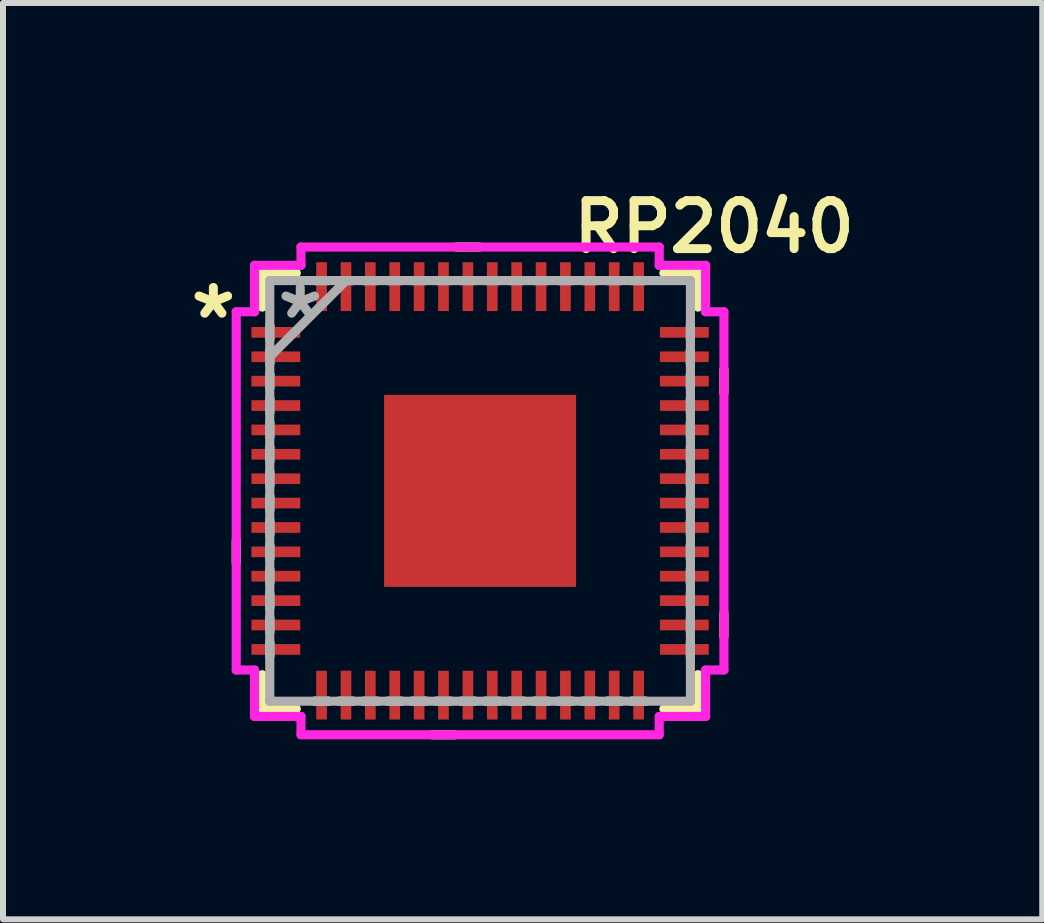
<source format=kicad_pcb>
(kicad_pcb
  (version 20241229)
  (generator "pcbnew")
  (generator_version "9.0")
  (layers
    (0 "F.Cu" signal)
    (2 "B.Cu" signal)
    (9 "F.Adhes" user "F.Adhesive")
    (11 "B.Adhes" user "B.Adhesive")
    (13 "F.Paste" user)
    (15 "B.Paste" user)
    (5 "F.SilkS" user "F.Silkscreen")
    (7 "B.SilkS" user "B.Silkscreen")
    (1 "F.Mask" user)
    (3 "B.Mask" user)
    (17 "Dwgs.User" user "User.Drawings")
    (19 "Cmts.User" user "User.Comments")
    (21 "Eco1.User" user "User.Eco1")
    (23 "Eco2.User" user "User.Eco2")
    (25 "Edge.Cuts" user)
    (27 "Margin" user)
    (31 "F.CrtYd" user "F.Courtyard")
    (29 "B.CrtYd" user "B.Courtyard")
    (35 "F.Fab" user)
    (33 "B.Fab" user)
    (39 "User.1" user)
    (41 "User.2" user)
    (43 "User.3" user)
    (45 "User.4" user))
  (footprint "RP2040"
    (layer "F.Cu")
    (at 4.951 5.131)
    (property "Reference" "RP2040" (at 3.9 -4.4 0) (layer "F.SilkS") (effects (font (size 0.8 0.8) (thickness 0.15))))
    (attr through_hole)
    (fp_line (start -4.064 1.206) (end -4.064 0.826) (stroke (width 0.152) (type solid)) (layer "F.SilkS"))
    (fp_line (start -3.632 -3.632) (end -3.632 -3.063) (stroke (width 0.152) (type solid)) (layer "F.SilkS"))
    (fp_line (start -3.632 3.063) (end -3.632 3.632) (stroke (width 0.152) (type solid)) (layer "F.SilkS"))
    (fp_line (start -3.632 3.632) (end -3.063 3.632) (stroke (width 0.152) (type solid)) (layer "F.SilkS"))
    (fp_line (start -3.063 -3.632) (end -3.632 -3.632) (stroke (width 0.152) (type solid)) (layer "F.SilkS"))
    (fp_line (start -0.419 4.064) (end -0.8 4.064) (stroke (width 0.152) (type solid)) (layer "F.SilkS"))
    (fp_line (start -0.013 -4.064) (end -0.394 -4.064) (stroke (width 0.152) (type solid)) (layer "F.SilkS"))
    (fp_line (start 3.063 3.632) (end 3.632 3.632) (stroke (width 0.152) (type solid)) (layer "F.SilkS"))
    (fp_line (start 3.632 -3.632) (end 3.063 -3.632) (stroke (width 0.152) (type solid)) (layer "F.SilkS"))
    (fp_line (start 3.632 -3.063) (end 3.632 -3.632) (stroke (width 0.152) (type solid)) (layer "F.SilkS"))
    (fp_line (start 3.632 3.632) (end 3.632 3.063) (stroke (width 0.152) (type solid)) (layer "F.SilkS"))
    (fp_line (start 4.064 -1.638) (end 4.064 -2.019) (stroke (width 0.152) (type solid)) (layer "F.SilkS"))
    (fp_line (start 4.064 2.426) (end 4.064 2.045) (stroke (width 0.152) (type solid)) (layer "F.SilkS"))
    (fp_line (start -1.5 -1.5) (end -1.5 -0.1) (stroke (width 0.152) (type solid)) (layer "F.Paste"))
    (fp_line (start -1.5 -0.1) (end -0.1 -0.1) (stroke (width 0.152) (type solid)) (layer "F.Paste"))
    (fp_line (start -1.5 0.1) (end -1.5 1.5) (stroke (width 0.152) (type solid)) (layer "F.Paste"))
    (fp_line (start -1.5 1.5) (end -0.1 1.5) (stroke (width 0.152) (type solid)) (layer "F.Paste"))
    (fp_line (start -0.1 -1.5) (end -1.5 -1.5) (stroke (width 0.152) (type solid)) (layer "F.Paste"))
    (fp_line (start -0.1 -0.1) (end -0.1 -1.5) (stroke (width 0.152) (type solid)) (layer "F.Paste"))
    (fp_line (start -0.1 0.1) (end -1.5 0.1) (stroke (width 0.152) (type solid)) (layer "F.Paste"))
    (fp_line (start -0.1 1.5) (end -0.1 0.1) (stroke (width 0.152) (type solid)) (layer "F.Paste"))
    (fp_line (start 0.1 -1.5) (end 0.1 -0.1) (stroke (width 0.152) (type solid)) (layer "F.Paste"))
    (fp_line (start 0.1 -0.1) (end 1.5 -0.1) (stroke (width 0.152) (type solid)) (layer "F.Paste"))
    (fp_line (start 0.1 0.1) (end 0.1 1.5) (stroke (width 0.152) (type solid)) (layer "F.Paste"))
    (fp_line (start 0.1 1.5) (end 1.5 1.5) (stroke (width 0.152) (type solid)) (layer "F.Paste"))
    (fp_line (start 1.5 -1.5) (end 0.1 -1.5) (stroke (width 0.152) (type solid)) (layer "F.Paste"))
    (fp_line (start 1.5 -0.1) (end 1.5 -1.5) (stroke (width 0.152) (type solid)) (layer "F.Paste"))
    (fp_line (start 1.5 0.1) (end 0.1 0.1) (stroke (width 0.152) (type solid)) (layer "F.Paste"))
    (fp_line (start 1.5 1.5) (end 1.5 0.1) (stroke (width 0.152) (type solid)) (layer "F.Paste"))
    (fp_line (start -4.064 -2.985) (end -3.759 -2.985) (stroke (width 0.152) (type solid)) (layer "F.CrtYd"))
    (fp_line (start -4.064 2.985) (end -4.064 -2.985) (stroke (width 0.152) (type solid)) (layer "F.CrtYd"))
    (fp_line (start -3.759 -3.759) (end -2.985 -3.759) (stroke (width 0.152) (type solid)) (layer "F.CrtYd"))
    (fp_line (start -3.759 -2.985) (end -3.759 -3.759) (stroke (width 0.152) (type solid)) (layer "F.CrtYd"))
    (fp_line (start -3.759 2.985) (end -4.064 2.985) (stroke (width 0.152) (type solid)) (layer "F.CrtYd"))
    (fp_line (start -3.759 3.759) (end -3.759 2.985) (stroke (width 0.152) (type solid)) (layer "F.CrtYd"))
    (fp_line (start -2.985 -4.064) (end 2.985 -4.064) (stroke (width 0.152) (type solid)) (layer "F.CrtYd"))
    (fp_line (start -2.985 -3.759) (end -2.985 -4.064) (stroke (width 0.152) (type solid)) (layer "F.CrtYd"))
    (fp_line (start -2.985 3.759) (end -3.759 3.759) (stroke (width 0.152) (type solid)) (layer "F.CrtYd"))
    (fp_line (start -2.985 4.064) (end -2.985 3.759) (stroke (width 0.152) (type solid)) (layer "F.CrtYd"))
    (fp_line (start 2.985 -4.064) (end 2.985 -3.759) (stroke (width 0.152) (type solid)) (layer "F.CrtYd"))
    (fp_line (start 2.985 -3.759) (end 3.759 -3.759) (stroke (width 0.152) (type solid)) (layer "F.CrtYd"))
    (fp_line (start 2.985 3.759) (end 2.985 4.064) (stroke (width 0.152) (type solid)) (layer "F.CrtYd"))
    (fp_line (start 2.985 4.064) (end -2.985 4.064) (stroke (width 0.152) (type solid)) (layer "F.CrtYd"))
    (fp_line (start 3.759 -3.759) (end 3.759 -2.985) (stroke (width 0.152) (type solid)) (layer "F.CrtYd"))
    (fp_line (start 3.759 -2.985) (end 4.064 -2.985) (stroke (width 0.152) (type solid)) (layer "F.CrtYd"))
    (fp_line (start 3.759 2.985) (end 3.759 3.759) (stroke (width 0.152) (type solid)) (layer "F.CrtYd"))
    (fp_line (start 3.759 3.759) (end 2.985 3.759) (stroke (width 0.152) (type solid)) (layer "F.CrtYd"))
    (fp_line (start 4.064 -2.985) (end 4.064 2.985) (stroke (width 0.152) (type solid)) (layer "F.CrtYd"))
    (fp_line (start 4.064 2.985) (end 3.759 2.985) (stroke (width 0.152) (type solid)) (layer "F.CrtYd"))
    (fp_line (start -3.505 -3.505) (end -3.505 -3.505) (stroke (width 0.152) (type solid)) (layer "F.Fab"))
    (fp_line (start -3.505 -3.505) (end -3.505 3.505) (stroke (width 0.152) (type solid)) (layer "F.Fab"))
    (fp_line (start -3.505 -2.756) (end -3.505 -2.756) (stroke (width 0.152) (type solid)) (layer "F.Fab"))
    (fp_line (start -3.505 -2.756) (end -3.505 -2.527) (stroke (width 0.152) (type solid)) (layer "F.Fab"))
    (fp_line (start -3.505 -2.527) (end -3.505 -2.756) (stroke (width 0.152) (type solid)) (layer "F.Fab"))
    (fp_line (start -3.505 -2.527) (end -3.505 -2.527) (stroke (width 0.152) (type solid)) (layer "F.Fab"))
    (fp_line (start -3.505 -2.349) (end -3.505 -2.349) (stroke (width 0.152) (type solid)) (layer "F.Fab"))
    (fp_line (start -3.505 -2.349) (end -3.505 -2.121) (stroke (width 0.152) (type solid)) (layer "F.Fab"))
    (fp_line (start -3.505 -2.235) (end -2.235 -3.505) (stroke (width 0.152) (type solid)) (layer "F.Fab"))
    (fp_line (start -3.505 -2.121) (end -3.505 -2.349) (stroke (width 0.152) (type solid)) (layer "F.Fab"))
    (fp_line (start -3.505 -2.121) (end -3.505 -2.121) (stroke (width 0.152) (type solid)) (layer "F.Fab"))
    (fp_line (start -3.505 -1.943) (end -3.505 -1.943) (stroke (width 0.152) (type solid)) (layer "F.Fab"))
    (fp_line (start -3.505 -1.943) (end -3.505 -1.714) (stroke (width 0.152) (type solid)) (layer "F.Fab"))
    (fp_line (start -3.505 -1.714) (end -3.505 -1.943) (stroke (width 0.152) (type solid)) (layer "F.Fab"))
    (fp_line (start -3.505 -1.714) (end -3.505 -1.714) (stroke (width 0.152) (type solid)) (layer "F.Fab"))
    (fp_line (start -3.505 -1.537) (end -3.505 -1.537) (stroke (width 0.152) (type solid)) (layer "F.Fab"))
    (fp_line (start -3.505 -1.537) (end -3.505 -1.308) (stroke (width 0.152) (type solid)) (layer "F.Fab"))
    (fp_line (start -3.505 -1.308) (end -3.505 -1.537) (stroke (width 0.152) (type solid)) (layer "F.Fab"))
    (fp_line (start -3.505 -1.308) (end -3.505 -1.308) (stroke (width 0.152) (type solid)) (layer "F.Fab"))
    (fp_line (start -3.505 -1.13) (end -3.505 -1.13) (stroke (width 0.152) (type solid)) (layer "F.Fab"))
    (fp_line (start -3.505 -1.13) (end -3.505 -0.902) (stroke (width 0.152) (type solid)) (layer "F.Fab"))
    (fp_line (start -3.505 -0.902) (end -3.505 -1.13) (stroke (width 0.152) (type solid)) (layer "F.Fab"))
    (fp_line (start -3.505 -0.902) (end -3.505 -0.902) (stroke (width 0.152) (type solid)) (layer "F.Fab"))
    (fp_line (start -3.505 -0.724) (end -3.505 -0.724) (stroke (width 0.152) (type solid)) (layer "F.Fab"))
    (fp_line (start -3.505 -0.724) (end -3.505 -0.495) (stroke (width 0.152) (type solid)) (layer "F.Fab"))
    (fp_line (start -3.505 -0.495) (end -3.505 -0.724) (stroke (width 0.152) (type solid)) (layer "F.Fab"))
    (fp_line (start -3.505 -0.495) (end -3.505 -0.495) (stroke (width 0.152) (type solid)) (layer "F.Fab"))
    (fp_line (start -3.505 -0.318) (end -3.505 -0.318) (stroke (width 0.152) (type solid)) (layer "F.Fab"))
    (fp_line (start -3.505 -0.318) (end -3.505 -0.089) (stroke (width 0.152) (type solid)) (layer "F.Fab"))
    (fp_line (start -3.505 -0.089) (end -3.505 -0.318) (stroke (width 0.152) (type solid)) (layer "F.Fab"))
    (fp_line (start -3.505 -0.089) (end -3.505 -0.089) (stroke (width 0.152) (type solid)) (layer "F.Fab"))
    (fp_line (start -3.505 0.089) (end -3.505 0.089) (stroke (width 0.152) (type solid)) (layer "F.Fab"))
    (fp_line (start -3.505 0.089) (end -3.505 0.318) (stroke (width 0.152) (type solid)) (layer "F.Fab"))
    (fp_line (start -3.505 0.318) (end -3.505 0.089) (stroke (width 0.152) (type solid)) (layer "F.Fab"))
    (fp_line (start -3.505 0.318) (end -3.505 0.318) (stroke (width 0.152) (type solid)) (layer "F.Fab"))
    (fp_line (start -3.505 0.495) (end -3.505 0.495) (stroke (width 0.152) (type solid)) (layer "F.Fab"))
    (fp_line (start -3.505 0.495) (end -3.505 0.724) (stroke (width 0.152) (type solid)) (layer "F.Fab"))
    (fp_line (start -3.505 0.724) (end -3.505 0.495) (stroke (width 0.152) (type solid)) (layer "F.Fab"))
    (fp_line (start -3.505 0.724) (end -3.505 0.724) (stroke (width 0.152) (type solid)) (layer "F.Fab"))
    (fp_line (start -3.505 0.902) (end -3.505 0.902) (stroke (width 0.152) (type solid)) (layer "F.Fab"))
    (fp_line (start -3.505 0.902) (end -3.505 1.13) (stroke (width 0.152) (type solid)) (layer "F.Fab"))
    (fp_line (start -3.505 1.13) (end -3.505 0.902) (stroke (width 0.152) (type solid)) (layer "F.Fab"))
    (fp_line (start -3.505 1.13) (end -3.505 1.13) (stroke (width 0.152) (type solid)) (layer "F.Fab"))
    (fp_line (start -3.505 1.308) (end -3.505 1.308) (stroke (width 0.152) (type solid)) (layer "F.Fab"))
    (fp_line (start -3.505 1.308) (end -3.505 1.537) (stroke (width 0.152) (type solid)) (layer "F.Fab"))
    (fp_line (start -3.505 1.537) (end -3.505 1.308) (stroke (width 0.152) (type solid)) (layer "F.Fab"))
    (fp_line (start -3.505 1.537) (end -3.505 1.537) (stroke (width 0.152) (type solid)) (layer "F.Fab"))
    (fp_line (start -3.505 1.714) (end -3.505 1.714) (stroke (width 0.152) (type solid)) (layer "F.Fab"))
    (fp_line (start -3.505 1.714) (end -3.505 1.943) (stroke (width 0.152) (type solid)) (layer "F.Fab"))
    (fp_line (start -3.505 1.943) (end -3.505 1.714) (stroke (width 0.152) (type solid)) (layer "F.Fab"))
    (fp_line (start -3.505 1.943) (end -3.505 1.943) (stroke (width 0.152) (type solid)) (layer "F.Fab"))
    (fp_line (start -3.505 2.121) (end -3.505 2.121) (stroke (width 0.152) (type solid)) (layer "F.Fab"))
    (fp_line (start -3.505 2.121) (end -3.505 2.349) (stroke (width 0.152) (type solid)) (layer "F.Fab"))
    (fp_line (start -3.505 2.349) (end -3.505 2.121) (stroke (width 0.152) (type solid)) (layer "F.Fab"))
    (fp_line (start -3.505 2.349) (end -3.505 2.349) (stroke (width 0.152) (type solid)) (layer "F.Fab"))
    (fp_line (start -3.505 2.527) (end -3.505 2.527) (stroke (width 0.152) (type solid)) (layer "F.Fab"))
    (fp_line (start -3.505 2.527) (end -3.505 2.756) (stroke (width 0.152) (type solid)) (layer "F.Fab"))
    (fp_line (start -3.505 2.756) (end -3.505 2.527) (stroke (width 0.152) (type solid)) (layer "F.Fab"))
    (fp_line (start -3.505 2.756) (end -3.505 2.756) (stroke (width 0.152) (type solid)) (layer "F.Fab"))
    (fp_line (start -3.505 3.505) (end -3.505 3.505) (stroke (width 0.152) (type solid)) (layer "F.Fab"))
    (fp_line (start -3.505 3.505) (end 3.505 3.505) (stroke (width 0.152) (type solid)) (layer "F.Fab"))
    (fp_line (start -2.756 -3.505) (end -2.756 -3.505) (stroke (width 0.152) (type solid)) (layer "F.Fab"))
    (fp_line (start -2.756 -3.505) (end -2.527 -3.505) (stroke (width 0.152) (type solid)) (layer "F.Fab"))
    (fp_line (start -2.756 3.505) (end -2.756 3.505) (stroke (width 0.152) (type solid)) (layer "F.Fab"))
    (fp_line (start -2.756 3.505) (end -2.527 3.505) (stroke (width 0.152) (type solid)) (layer "F.Fab"))
    (fp_line (start -2.527 -3.505) (end -2.756 -3.505) (stroke (width 0.152) (type solid)) (layer "F.Fab"))
    (fp_line (start -2.527 -3.505) (end -2.527 -3.505) (stroke (width 0.152) (type solid)) (layer "F.Fab"))
    (fp_line (start -2.527 3.505) (end -2.756 3.505) (stroke (width 0.152) (type solid)) (layer "F.Fab"))
    (fp_line (start -2.527 3.505) (end -2.527 3.505) (stroke (width 0.152) (type solid)) (layer "F.Fab"))
    (fp_line (start -2.349 -3.505) (end -2.349 -3.505) (stroke (width 0.152) (type solid)) (layer "F.Fab"))
    (fp_line (start -2.349 -3.505) (end -2.121 -3.505) (stroke (width 0.152) (type solid)) (layer "F.Fab"))
    (fp_line (start -2.349 3.505) (end -2.349 3.505) (stroke (width 0.152) (type solid)) (layer "F.Fab"))
    (fp_line (start -2.349 3.505) (end -2.121 3.505) (stroke (width 0.152) (type solid)) (layer "F.Fab"))
    (fp_line (start -2.121 -3.505) (end -2.349 -3.505) (stroke (width 0.152) (type solid)) (layer "F.Fab"))
    (fp_line (start -2.121 -3.505) (end -2.121 -3.505) (stroke (width 0.152) (type solid)) (layer "F.Fab"))
    (fp_line (start -2.121 3.505) (end -2.349 3.505) (stroke (width 0.152) (type solid)) (layer "F.Fab"))
    (fp_line (start -2.121 3.505) (end -2.121 3.505) (stroke (width 0.152) (type solid)) (layer "F.Fab"))
    (fp_line (start -1.943 -3.505) (end -1.943 -3.505) (stroke (width 0.152) (type solid)) (layer "F.Fab"))
    (fp_line (start -1.943 -3.505) (end -1.714 -3.505) (stroke (width 0.152) (type solid)) (layer "F.Fab"))
    (fp_line (start -1.943 3.505) (end -1.943 3.505) (stroke (width 0.152) (type solid)) (layer "F.Fab"))
    (fp_line (start -1.943 3.505) (end -1.714 3.505) (stroke (width 0.152) (type solid)) (layer "F.Fab"))
    (fp_line (start -1.714 -3.505) (end -1.943 -3.505) (stroke (width 0.152) (type solid)) (layer "F.Fab"))
    (fp_line (start -1.714 -3.505) (end -1.714 -3.505) (stroke (width 0.152) (type solid)) (layer "F.Fab"))
    (fp_line (start -1.714 3.505) (end -1.943 3.505) (stroke (width 0.152) (type solid)) (layer "F.Fab"))
    (fp_line (start -1.714 3.505) (end -1.714 3.505) (stroke (width 0.152) (type solid)) (layer "F.Fab"))
    (fp_line (start -1.537 -3.505) (end -1.537 -3.505) (stroke (width 0.152) (type solid)) (layer "F.Fab"))
    (fp_line (start -1.537 -3.505) (end -1.308 -3.505) (stroke (width 0.152) (type solid)) (layer "F.Fab"))
    (fp_line (start -1.537 3.505) (end -1.537 3.505) (stroke (width 0.152) (type solid)) (layer "F.Fab"))
    (fp_line (start -1.537 3.505) (end -1.308 3.505) (stroke (width 0.152) (type solid)) (layer "F.Fab"))
    (fp_line (start -1.308 -3.505) (end -1.537 -3.505) (stroke (width 0.152) (type solid)) (layer "F.Fab"))
    (fp_line (start -1.308 -3.505) (end -1.308 -3.505) (stroke (width 0.152) (type solid)) (layer "F.Fab"))
    (fp_line (start -1.308 3.505) (end -1.537 3.505) (stroke (width 0.152) (type solid)) (layer "F.Fab"))
    (fp_line (start -1.308 3.505) (end -1.308 3.505) (stroke (width 0.152) (type solid)) (layer "F.Fab"))
    (fp_line (start -1.13 -3.505) (end -1.13 -3.505) (stroke (width 0.152) (type solid)) (layer "F.Fab"))
    (fp_line (start -1.13 -3.505) (end -0.902 -3.505) (stroke (width 0.152) (type solid)) (layer "F.Fab"))
    (fp_line (start -1.13 3.505) (end -1.13 3.505) (stroke (width 0.152) (type solid)) (layer "F.Fab"))
    (fp_line (start -1.13 3.505) (end -0.902 3.505) (stroke (width 0.152) (type solid)) (layer "F.Fab"))
    (fp_line (start -0.902 -3.505) (end -1.13 -3.505) (stroke (width 0.152) (type solid)) (layer "F.Fab"))
    (fp_line (start -0.902 -3.505) (end -0.902 -3.505) (stroke (width 0.152) (type solid)) (layer "F.Fab"))
    (fp_line (start -0.902 3.505) (end -1.13 3.505) (stroke (width 0.152) (type solid)) (layer "F.Fab"))
    (fp_line (start -0.902 3.505) (end -0.902 3.505) (stroke (width 0.152) (type solid)) (layer "F.Fab"))
    (fp_line (start -0.724 -3.505) (end -0.724 -3.505) (stroke (width 0.152) (type solid)) (layer "F.Fab"))
    (fp_line (start -0.724 -3.505) (end -0.495 -3.505) (stroke (width 0.152) (type solid)) (layer "F.Fab"))
    (fp_line (start -0.724 3.505) (end -0.724 3.505) (stroke (width 0.152) (type solid)) (layer "F.Fab"))
    (fp_line (start -0.724 3.505) (end -0.495 3.505) (stroke (width 0.152) (type solid)) (layer "F.Fab"))
    (fp_line (start -0.495 -3.505) (end -0.724 -3.505) (stroke (width 0.152) (type solid)) (layer "F.Fab"))
    (fp_line (start -0.495 -3.505) (end -0.495 -3.505) (stroke (width 0.152) (type solid)) (layer "F.Fab"))
    (fp_line (start -0.495 3.505) (end -0.724 3.505) (stroke (width 0.152) (type solid)) (layer "F.Fab"))
    (fp_line (start -0.495 3.505) (end -0.495 3.505) (stroke (width 0.152) (type solid)) (layer "F.Fab"))
    (fp_line (start -0.318 -3.505) (end -0.318 -3.505) (stroke (width 0.152) (type solid)) (layer "F.Fab"))
    (fp_line (start -0.318 -3.505) (end -0.089 -3.505) (stroke (width 0.152) (type solid)) (layer "F.Fab"))
    (fp_line (start -0.318 3.505) (end -0.318 3.505) (stroke (width 0.152) (type solid)) (layer "F.Fab"))
    (fp_line (start -0.318 3.505) (end -0.089 3.505) (stroke (width 0.152) (type solid)) (layer "F.Fab"))
    (fp_line (start -0.089 -3.505) (end -0.318 -3.505) (stroke (width 0.152) (type solid)) (layer "F.Fab"))
    (fp_line (start -0.089 -3.505) (end -0.089 -3.505) (stroke (width 0.152) (type solid)) (layer "F.Fab"))
    (fp_line (start -0.089 3.505) (end -0.318 3.505) (stroke (width 0.152) (type solid)) (layer "F.Fab"))
    (fp_line (start -0.089 3.505) (end -0.089 3.505) (stroke (width 0.152) (type solid)) (layer "F.Fab"))
    (fp_line (start 0.089 -3.505) (end 0.089 -3.505) (stroke (width 0.152) (type solid)) (layer "F.Fab"))
    (fp_line (start 0.089 -3.505) (end 0.318 -3.505) (stroke (width 0.152) (type solid)) (layer "F.Fab"))
    (fp_line (start 0.089 3.505) (end 0.089 3.505) (stroke (width 0.152) (type solid)) (layer "F.Fab"))
    (fp_line (start 0.089 3.505) (end 0.318 3.505) (stroke (width 0.152) (type solid)) (layer "F.Fab"))
    (fp_line (start 0.318 -3.505) (end 0.089 -3.505) (stroke (width 0.152) (type solid)) (layer "F.Fab"))
    (fp_line (start 0.318 -3.505) (end 0.318 -3.505) (stroke (width 0.152) (type solid)) (layer "F.Fab"))
    (fp_line (start 0.318 3.505) (end 0.089 3.505) (stroke (width 0.152) (type solid)) (layer "F.Fab"))
    (fp_line (start 0.318 3.505) (end 0.318 3.505) (stroke (width 0.152) (type solid)) (layer "F.Fab"))
    (fp_line (start 0.495 -3.505) (end 0.495 -3.505) (stroke (width 0.152) (type solid)) (layer "F.Fab"))
    (fp_line (start 0.495 -3.505) (end 0.724 -3.505) (stroke (width 0.152) (type solid)) (layer "F.Fab"))
    (fp_line (start 0.495 3.505) (end 0.495 3.505) (stroke (width 0.152) (type solid)) (layer "F.Fab"))
    (fp_line (start 0.495 3.505) (end 0.724 3.505) (stroke (width 0.152) (type solid)) (layer "F.Fab"))
    (fp_line (start 0.724 -3.505) (end 0.495 -3.505) (stroke (width 0.152) (type solid)) (layer "F.Fab"))
    (fp_line (start 0.724 -3.505) (end 0.724 -3.505) (stroke (width 0.152) (type solid)) (layer "F.Fab"))
    (fp_line (start 0.724 3.505) (end 0.495 3.505) (stroke (width 0.152) (type solid)) (layer "F.Fab"))
    (fp_line (start 0.724 3.505) (end 0.724 3.505) (stroke (width 0.152) (type solid)) (layer "F.Fab"))
    (fp_line (start 0.902 -3.505) (end 0.902 -3.505) (stroke (width 0.152) (type solid)) (layer "F.Fab"))
    (fp_line (start 0.902 -3.505) (end 1.13 -3.505) (stroke (width 0.152) (type solid)) (layer "F.Fab"))
    (fp_line (start 0.902 3.505) (end 0.902 3.505) (stroke (width 0.152) (type solid)) (layer "F.Fab"))
    (fp_line (start 0.902 3.505) (end 1.13 3.505) (stroke (width 0.152) (type solid)) (layer "F.Fab"))
    (fp_line (start 1.13 -3.505) (end 0.902 -3.505) (stroke (width 0.152) (type solid)) (layer "F.Fab"))
    (fp_line (start 1.13 -3.505) (end 1.13 -3.505) (stroke (width 0.152) (type solid)) (layer "F.Fab"))
    (fp_line (start 1.13 3.505) (end 0.902 3.505) (stroke (width 0.152) (type solid)) (layer "F.Fab"))
    (fp_line (start 1.13 3.505) (end 1.13 3.505) (stroke (width 0.152) (type solid)) (layer "F.Fab"))
    (fp_line (start 1.308 -3.505) (end 1.308 -3.505) (stroke (width 0.152) (type solid)) (layer "F.Fab"))
    (fp_line (start 1.308 -3.505) (end 1.537 -3.505) (stroke (width 0.152) (type solid)) (layer "F.Fab"))
    (fp_line (start 1.308 3.505) (end 1.308 3.505) (stroke (width 0.152) (type solid)) (layer "F.Fab"))
    (fp_line (start 1.308 3.505) (end 1.537 3.505) (stroke (width 0.152) (type solid)) (layer "F.Fab"))
    (fp_line (start 1.537 -3.505) (end 1.308 -3.505) (stroke (width 0.152) (type solid)) (layer "F.Fab"))
    (fp_line (start 1.537 -3.505) (end 1.537 -3.505) (stroke (width 0.152) (type solid)) (layer "F.Fab"))
    (fp_line (start 1.537 3.505) (end 1.308 3.505) (stroke (width 0.152) (type solid)) (layer "F.Fab"))
    (fp_line (start 1.537 3.505) (end 1.537 3.505) (stroke (width 0.152) (type solid)) (layer "F.Fab"))
    (fp_line (start 1.714 -3.505) (end 1.714 -3.505) (stroke (width 0.152) (type solid)) (layer "F.Fab"))
    (fp_line (start 1.714 -3.505) (end 1.943 -3.505) (stroke (width 0.152) (type solid)) (layer "F.Fab"))
    (fp_line (start 1.714 3.505) (end 1.714 3.505) (stroke (width 0.152) (type solid)) (layer "F.Fab"))
    (fp_line (start 1.714 3.505) (end 1.943 3.505) (stroke (width 0.152) (type solid)) (layer "F.Fab"))
    (fp_line (start 1.943 -3.505) (end 1.714 -3.505) (stroke (width 0.152) (type solid)) (layer "F.Fab"))
    (fp_line (start 1.943 -3.505) (end 1.943 -3.505) (stroke (width 0.152) (type solid)) (layer "F.Fab"))
    (fp_line (start 1.943 3.505) (end 1.714 3.505) (stroke (width 0.152) (type solid)) (layer "F.Fab"))
    (fp_line (start 1.943 3.505) (end 1.943 3.505) (stroke (width 0.152) (type solid)) (layer "F.Fab"))
    (fp_line (start 2.121 -3.505) (end 2.121 -3.505) (stroke (width 0.152) (type solid)) (layer "F.Fab"))
    (fp_line (start 2.121 -3.505) (end 2.349 -3.505) (stroke (width 0.152) (type solid)) (layer "F.Fab"))
    (fp_line (start 2.121 3.505) (end 2.121 3.505) (stroke (width 0.152) (type solid)) (layer "F.Fab"))
    (fp_line (start 2.121 3.505) (end 2.349 3.505) (stroke (width 0.152) (type solid)) (layer "F.Fab"))
    (fp_line (start 2.349 -3.505) (end 2.121 -3.505) (stroke (width 0.152) (type solid)) (layer "F.Fab"))
    (fp_line (start 2.349 -3.505) (end 2.349 -3.505) (stroke (width 0.152) (type solid)) (layer "F.Fab"))
    (fp_line (start 2.349 3.505) (end 2.121 3.505) (stroke (width 0.152) (type solid)) (layer "F.Fab"))
    (fp_line (start 2.349 3.505) (end 2.349 3.505) (stroke (width 0.152) (type solid)) (layer "F.Fab"))
    (fp_line (start 2.527 -3.505) (end 2.527 -3.505) (stroke (width 0.152) (type solid)) (layer "F.Fab"))
    (fp_line (start 2.527 -3.505) (end 2.756 -3.505) (stroke (width 0.152) (type solid)) (layer "F.Fab"))
    (fp_line (start 2.527 3.505) (end 2.527 3.505) (stroke (width 0.152) (type solid)) (layer "F.Fab"))
    (fp_line (start 2.527 3.505) (end 2.756 3.505) (stroke (width 0.152) (type solid)) (layer "F.Fab"))
    (fp_line (start 2.756 -3.505) (end 2.527 -3.505) (stroke (width 0.152) (type solid)) (layer "F.Fab"))
    (fp_line (start 2.756 -3.505) (end 2.756 -3.505) (stroke (width 0.152) (type solid)) (layer "F.Fab"))
    (fp_line (start 2.756 3.505) (end 2.527 3.505) (stroke (width 0.152) (type solid)) (layer "F.Fab"))
    (fp_line (start 2.756 3.505) (end 2.756 3.505) (stroke (width 0.152) (type solid)) (layer "F.Fab"))
    (fp_line (start 3.505 -3.505) (end -3.505 -3.505) (stroke (width 0.152) (type solid)) (layer "F.Fab"))
    (fp_line (start 3.505 -3.505) (end 3.505 -3.505) (stroke (width 0.152) (type solid)) (layer "F.Fab"))
    (fp_line (start 3.505 -2.756) (end 3.505 -2.756) (stroke (width 0.152) (type solid)) (layer "F.Fab"))
    (fp_line (start 3.505 -2.756) (end 3.505 -2.527) (stroke (width 0.152) (type solid)) (layer "F.Fab"))
    (fp_line (start 3.505 -2.527) (end 3.505 -2.756) (stroke (width 0.152) (type solid)) (layer "F.Fab"))
    (fp_line (start 3.505 -2.527) (end 3.505 -2.527) (stroke (width 0.152) (type solid)) (layer "F.Fab"))
    (fp_line (start 3.505 -2.349) (end 3.505 -2.349) (stroke (width 0.152) (type solid)) (layer "F.Fab"))
    (fp_line (start 3.505 -2.349) (end 3.505 -2.121) (stroke (width 0.152) (type solid)) (layer "F.Fab"))
    (fp_line (start 3.505 -2.121) (end 3.505 -2.349) (stroke (width 0.152) (type solid)) (layer "F.Fab"))
    (fp_line (start 3.505 -2.121) (end 3.505 -2.121) (stroke (width 0.152) (type solid)) (layer "F.Fab"))
    (fp_line (start 3.505 -1.943) (end 3.505 -1.943) (stroke (width 0.152) (type solid)) (layer "F.Fab"))
    (fp_line (start 3.505 -1.943) (end 3.505 -1.714) (stroke (width 0.152) (type solid)) (layer "F.Fab"))
    (fp_line (start 3.505 -1.714) (end 3.505 -1.943) (stroke (width 0.152) (type solid)) (layer "F.Fab"))
    (fp_line (start 3.505 -1.714) (end 3.505 -1.714) (stroke (width 0.152) (type solid)) (layer "F.Fab"))
    (fp_line (start 3.505 -1.537) (end 3.505 -1.537) (stroke (width 0.152) (type solid)) (layer "F.Fab"))
    (fp_line (start 3.505 -1.537) (end 3.505 -1.308) (stroke (width 0.152) (type solid)) (layer "F.Fab"))
    (fp_line (start 3.505 -1.308) (end 3.505 -1.537) (stroke (width 0.152) (type solid)) (layer "F.Fab"))
    (fp_line (start 3.505 -1.308) (end 3.505 -1.308) (stroke (width 0.152) (type solid)) (layer "F.Fab"))
    (fp_line (start 3.505 -1.13) (end 3.505 -1.13) (stroke (width 0.152) (type solid)) (layer "F.Fab"))
    (fp_line (start 3.505 -1.13) (end 3.505 -0.902) (stroke (width 0.152) (type solid)) (layer "F.Fab"))
    (fp_line (start 3.505 -0.902) (end 3.505 -1.13) (stroke (width 0.152) (type solid)) (layer "F.Fab"))
    (fp_line (start 3.505 -0.902) (end 3.505 -0.902) (stroke (width 0.152) (type solid)) (layer "F.Fab"))
    (fp_line (start 3.505 -0.724) (end 3.505 -0.724) (stroke (width 0.152) (type solid)) (layer "F.Fab"))
    (fp_line (start 3.505 -0.724) (end 3.505 -0.495) (stroke (width 0.152) (type solid)) (layer "F.Fab"))
    (fp_line (start 3.505 -0.495) (end 3.505 -0.724) (stroke (width 0.152) (type solid)) (layer "F.Fab"))
    (fp_line (start 3.505 -0.495) (end 3.505 -0.495) (stroke (width 0.152) (type solid)) (layer "F.Fab"))
    (fp_line (start 3.505 -0.318) (end 3.505 -0.318) (stroke (width 0.152) (type solid)) (layer "F.Fab"))
    (fp_line (start 3.505 -0.318) (end 3.505 -0.089) (stroke (width 0.152) (type solid)) (layer "F.Fab"))
    (fp_line (start 3.505 -0.089) (end 3.505 -0.318) (stroke (width 0.152) (type solid)) (layer "F.Fab"))
    (fp_line (start 3.505 -0.089) (end 3.505 -0.089) (stroke (width 0.152) (type solid)) (layer "F.Fab"))
    (fp_line (start 3.505 0.089) (end 3.505 0.089) (stroke (width 0.152) (type solid)) (layer "F.Fab"))
    (fp_line (start 3.505 0.089) (end 3.505 0.318) (stroke (width 0.152) (type solid)) (layer "F.Fab"))
    (fp_line (start 3.505 0.318) (end 3.505 0.089) (stroke (width 0.152) (type solid)) (layer "F.Fab"))
    (fp_line (start 3.505 0.318) (end 3.505 0.318) (stroke (width 0.152) (type solid)) (layer "F.Fab"))
    (fp_line (start 3.505 0.495) (end 3.505 0.495) (stroke (width 0.152) (type solid)) (layer "F.Fab"))
    (fp_line (start 3.505 0.495) (end 3.505 0.724) (stroke (width 0.152) (type solid)) (layer "F.Fab"))
    (fp_line (start 3.505 0.724) (end 3.505 0.495) (stroke (width 0.152) (type solid)) (layer "F.Fab"))
    (fp_line (start 3.505 0.724) (end 3.505 0.724) (stroke (width 0.152) (type solid)) (layer "F.Fab"))
    (fp_line (start 3.505 0.902) (end 3.505 0.902) (stroke (width 0.152) (type solid)) (layer "F.Fab"))
    (fp_line (start 3.505 0.902) (end 3.505 1.13) (stroke (width 0.152) (type solid)) (layer "F.Fab"))
    (fp_line (start 3.505 1.13) (end 3.505 0.902) (stroke (width 0.152) (type solid)) (layer "F.Fab"))
    (fp_line (start 3.505 1.13) (end 3.505 1.13) (stroke (width 0.152) (type solid)) (layer "F.Fab"))
    (fp_line (start 3.505 1.308) (end 3.505 1.308) (stroke (width 0.152) (type solid)) (layer "F.Fab"))
    (fp_line (start 3.505 1.308) (end 3.505 1.537) (stroke (width 0.152) (type solid)) (layer "F.Fab"))
    (fp_line (start 3.505 1.537) (end 3.505 1.308) (stroke (width 0.152) (type solid)) (layer "F.Fab"))
    (fp_line (start 3.505 1.537) (end 3.505 1.537) (stroke (width 0.152) (type solid)) (layer "F.Fab"))
    (fp_line (start 3.505 1.714) (end 3.505 1.714) (stroke (width 0.152) (type solid)) (layer "F.Fab"))
    (fp_line (start 3.505 1.714) (end 3.505 1.943) (stroke (width 0.152) (type solid)) (layer "F.Fab"))
    (fp_line (start 3.505 1.943) (end 3.505 1.714) (stroke (width 0.152) (type solid)) (layer "F.Fab"))
    (fp_line (start 3.505 1.943) (end 3.505 1.943) (stroke (width 0.152) (type solid)) (layer "F.Fab"))
    (fp_line (start 3.505 2.121) (end 3.505 2.121) (stroke (width 0.152) (type solid)) (layer "F.Fab"))
    (fp_line (start 3.505 2.121) (end 3.505 2.349) (stroke (width 0.152) (type solid)) (layer "F.Fab"))
    (fp_line (start 3.505 2.349) (end 3.505 2.121) (stroke (width 0.152) (type solid)) (layer "F.Fab"))
    (fp_line (start 3.505 2.349) (end 3.505 2.349) (stroke (width 0.152) (type solid)) (layer "F.Fab"))
    (fp_line (start 3.505 2.527) (end 3.505 2.527) (stroke (width 0.152) (type solid)) (layer "F.Fab"))
    (fp_line (start 3.505 2.527) (end 3.505 2.756) (stroke (width 0.152) (type solid)) (layer "F.Fab"))
    (fp_line (start 3.505 2.756) (end 3.505 2.527) (stroke (width 0.152) (type solid)) (layer "F.Fab"))
    (fp_line (start 3.505 2.756) (end 3.505 2.756) (stroke (width 0.152) (type solid)) (layer "F.Fab"))
    (fp_line (start 3.505 3.505) (end 3.505 -3.505) (stroke (width 0.152) (type solid)) (layer "F.Fab"))
    (fp_line (start 3.505 3.505) (end 3.505 3.505) (stroke (width 0.152) (type solid)) (layer "F.Fab"))
    (fp_text user "*" (at -4.445 -2.845 0) (layer "F.SilkS") (effects (font (size 1 1) (thickness 0.15))))
    (fp_text user "*" (at -2.997 -2.845 0) (layer "F.Fab") (effects (font (size 1 1) (thickness 0.15))))
    (pad "1" smd rect (at -3.404 -2.642 90) (size 0.178 0.813) (layers "F.Cu" "F.Mask" "F.Paste"))
    (pad "2" smd rect (at -3.404 -2.235 90) (size 0.178 0.813) (layers "F.Cu" "F.Mask" "F.Paste"))
    (pad "3" smd rect (at -3.404 -1.829 90) (size 0.178 0.813) (layers "F.Cu" "F.Mask" "F.Paste"))
    (pad "4" smd rect (at -3.404 -1.422 90) (size 0.178 0.813) (layers "F.Cu" "F.Mask" "F.Paste"))
    (pad "5" smd rect (at -3.404 -1.016 90) (size 0.178 0.813) (layers "F.Cu" "F.Mask" "F.Paste"))
    (pad "6" smd rect (at -3.404 -0.61 90) (size 0.178 0.813) (layers "F.Cu" "F.Mask" "F.Paste"))
    (pad "7" smd rect (at -3.404 -0.203 90) (size 0.178 0.813) (layers "F.Cu" "F.Mask" "F.Paste"))
    (pad "8" smd rect (at -3.404 0.203 90) (size 0.178 0.813) (layers "F.Cu" "F.Mask" "F.Paste"))
    (pad "9" smd rect (at -3.404 0.61 90) (size 0.178 0.813) (layers "F.Cu" "F.Mask" "F.Paste"))
    (pad "10" smd rect (at -3.404 1.016 90) (size 0.178 0.813) (layers "F.Cu" "F.Mask" "F.Paste"))
    (pad "11" smd rect (at -3.404 1.422 90) (size 0.178 0.813) (layers "F.Cu" "F.Mask" "F.Paste"))
    (pad "12" smd rect (at -3.404 1.829 90) (size 0.178 0.813) (layers "F.Cu" "F.Mask" "F.Paste"))
    (pad "13" smd rect (at -3.404 2.235 90) (size 0.178 0.813) (layers "F.Cu" "F.Mask" "F.Paste"))
    (pad "14" smd rect (at -3.404 2.642 90) (size 0.178 0.813) (layers "F.Cu" "F.Mask" "F.Paste"))
    (pad "15" smd rect (at -2.642 3.404) (size 0.178 0.813) (layers "F.Cu" "F.Mask" "F.Paste"))
    (pad "16" smd rect (at -2.235 3.404) (size 0.178 0.813) (layers "F.Cu" "F.Mask" "F.Paste"))
    (pad "17" smd rect (at -1.829 3.404) (size 0.178 0.813) (layers "F.Cu" "F.Mask" "F.Paste"))
    (pad "18" smd rect (at -1.422 3.404) (size 0.178 0.813) (layers "F.Cu" "F.Mask" "F.Paste"))
    (pad "19" smd rect (at -1.016 3.404) (size 0.178 0.813) (layers "F.Cu" "F.Mask" "F.Paste"))
    (pad "20" smd rect (at -0.61 3.404) (size 0.178 0.813) (layers "F.Cu" "F.Mask" "F.Paste"))
    (pad "21" smd rect (at -0.203 3.404) (size 0.178 0.813) (layers "F.Cu" "F.Mask" "F.Paste"))
    (pad "22" smd rect (at 0.203 3.404) (size 0.178 0.813) (layers "F.Cu" "F.Mask" "F.Paste"))
    (pad "23" smd rect (at 0.61 3.404) (size 0.178 0.813) (layers "F.Cu" "F.Mask" "F.Paste"))
    (pad "24" smd rect (at 1.016 3.404) (size 0.178 0.813) (layers "F.Cu" "F.Mask" "F.Paste"))
    (pad "25" smd rect (at 1.422 3.404) (size 0.178 0.813) (layers "F.Cu" "F.Mask" "F.Paste"))
    (pad "26" smd rect (at 1.829 3.404) (size 0.178 0.813) (layers "F.Cu" "F.Mask" "F.Paste"))
    (pad "27" smd rect (at 2.235 3.404) (size 0.178 0.813) (layers "F.Cu" "F.Mask" "F.Paste"))
    (pad "28" smd rect (at 2.642 3.404) (size 0.178 0.813) (layers "F.Cu" "F.Mask" "F.Paste"))
    (pad "29" smd rect (at 3.404 2.642 90) (size 0.178 0.813) (layers "F.Cu" "F.Mask" "F.Paste"))
    (pad "30" smd rect (at 3.404 2.235 90) (size 0.178 0.813) (layers "F.Cu" "F.Mask" "F.Paste"))
    (pad "31" smd rect (at 3.404 1.829 90) (size 0.178 0.813) (layers "F.Cu" "F.Mask" "F.Paste"))
    (pad "32" smd rect (at 3.404 1.422 90) (size 0.178 0.813) (layers "F.Cu" "F.Mask" "F.Paste"))
    (pad "33" smd rect (at 3.404 1.016 90) (size 0.178 0.813) (layers "F.Cu" "F.Mask" "F.Paste"))
    (pad "34" smd rect (at 3.404 0.61 90) (size 0.178 0.813) (layers "F.Cu" "F.Mask" "F.Paste"))
    (pad "35" smd rect (at 3.404 0.203 90) (size 0.178 0.813) (layers "F.Cu" "F.Mask" "F.Paste"))
    (pad "36" smd rect (at 3.404 -0.203 90) (size 0.178 0.813) (layers "F.Cu" "F.Mask" "F.Paste"))
    (pad "37" smd rect (at 3.404 -0.61 90) (size 0.178 0.813) (layers "F.Cu" "F.Mask" "F.Paste"))
    (pad "38" smd rect (at 3.404 -1.016 90) (size 0.178 0.813) (layers "F.Cu" "F.Mask" "F.Paste"))
    (pad "39" smd rect (at 3.404 -1.422 90) (size 0.178 0.813) (layers "F.Cu" "F.Mask" "F.Paste"))
    (pad "40" smd rect (at 3.404 -1.829 90) (size 0.178 0.813) (layers "F.Cu" "F.Mask" "F.Paste"))
    (pad "41" smd rect (at 3.404 -2.235 90) (size 0.178 0.813) (layers "F.Cu" "F.Mask" "F.Paste"))
    (pad "42" smd rect (at 3.404 -2.642 90) (size 0.178 0.813) (layers "F.Cu" "F.Mask" "F.Paste"))
    (pad "43" smd rect (at 2.642 -3.404) (size 0.178 0.813) (layers "F.Cu" "F.Mask" "F.Paste"))
    (pad "44" smd rect (at 2.235 -3.404) (size 0.178 0.813) (layers "F.Cu" "F.Mask" "F.Paste"))
    (pad "45" smd rect (at 1.829 -3.404) (size 0.178 0.813) (layers "F.Cu" "F.Mask" "F.Paste"))
    (pad "46" smd rect (at 1.422 -3.404) (size 0.178 0.813) (layers "F.Cu" "F.Mask" "F.Paste"))
    (pad "47" smd rect (at 1.016 -3.404) (size 0.178 0.813) (layers "F.Cu" "F.Mask" "F.Paste"))
    (pad "48" smd rect (at 0.61 -3.404) (size 0.178 0.813) (layers "F.Cu" "F.Mask" "F.Paste"))
    (pad "49" smd rect (at 0.203 -3.404) (size 0.178 0.813) (layers "F.Cu" "F.Mask" "F.Paste"))
    (pad "50" smd rect (at -0.203 -3.404) (size 0.178 0.813) (layers "F.Cu" "F.Mask" "F.Paste"))
    (pad "51" smd rect (at -0.61 -3.404) (size 0.178 0.813) (layers "F.Cu" "F.Mask" "F.Paste"))
    (pad "52" smd rect (at -1.016 -3.404) (size 0.178 0.813) (layers "F.Cu" "F.Mask" "F.Paste"))
    (pad "53" smd rect (at -1.422 -3.404) (size 0.178 0.813) (layers "F.Cu" "F.Mask" "F.Paste"))
    (pad "54" smd rect (at -1.829 -3.404) (size 0.178 0.813) (layers "F.Cu" "F.Mask" "F.Paste"))
    (pad "55" smd rect (at -2.235 -3.404) (size 0.178 0.813) (layers "F.Cu" "F.Mask" "F.Paste"))
    (pad "56" smd rect (at -2.642 -3.404) (size 0.178 0.813) (layers "F.Cu" "F.Mask" "F.Paste"))
    (pad "57" smd rect (at 0 0) (size 3.2 3.2) (layers "F.Cu" "F.Mask" "F.Paste")))
  (gr_rect
    (start -3 -3)
    (end 14.32 12.271)
    (stroke (width 0.1) (type default))
    (fill no)
    (layer "Edge.Cuts")))
</source>
